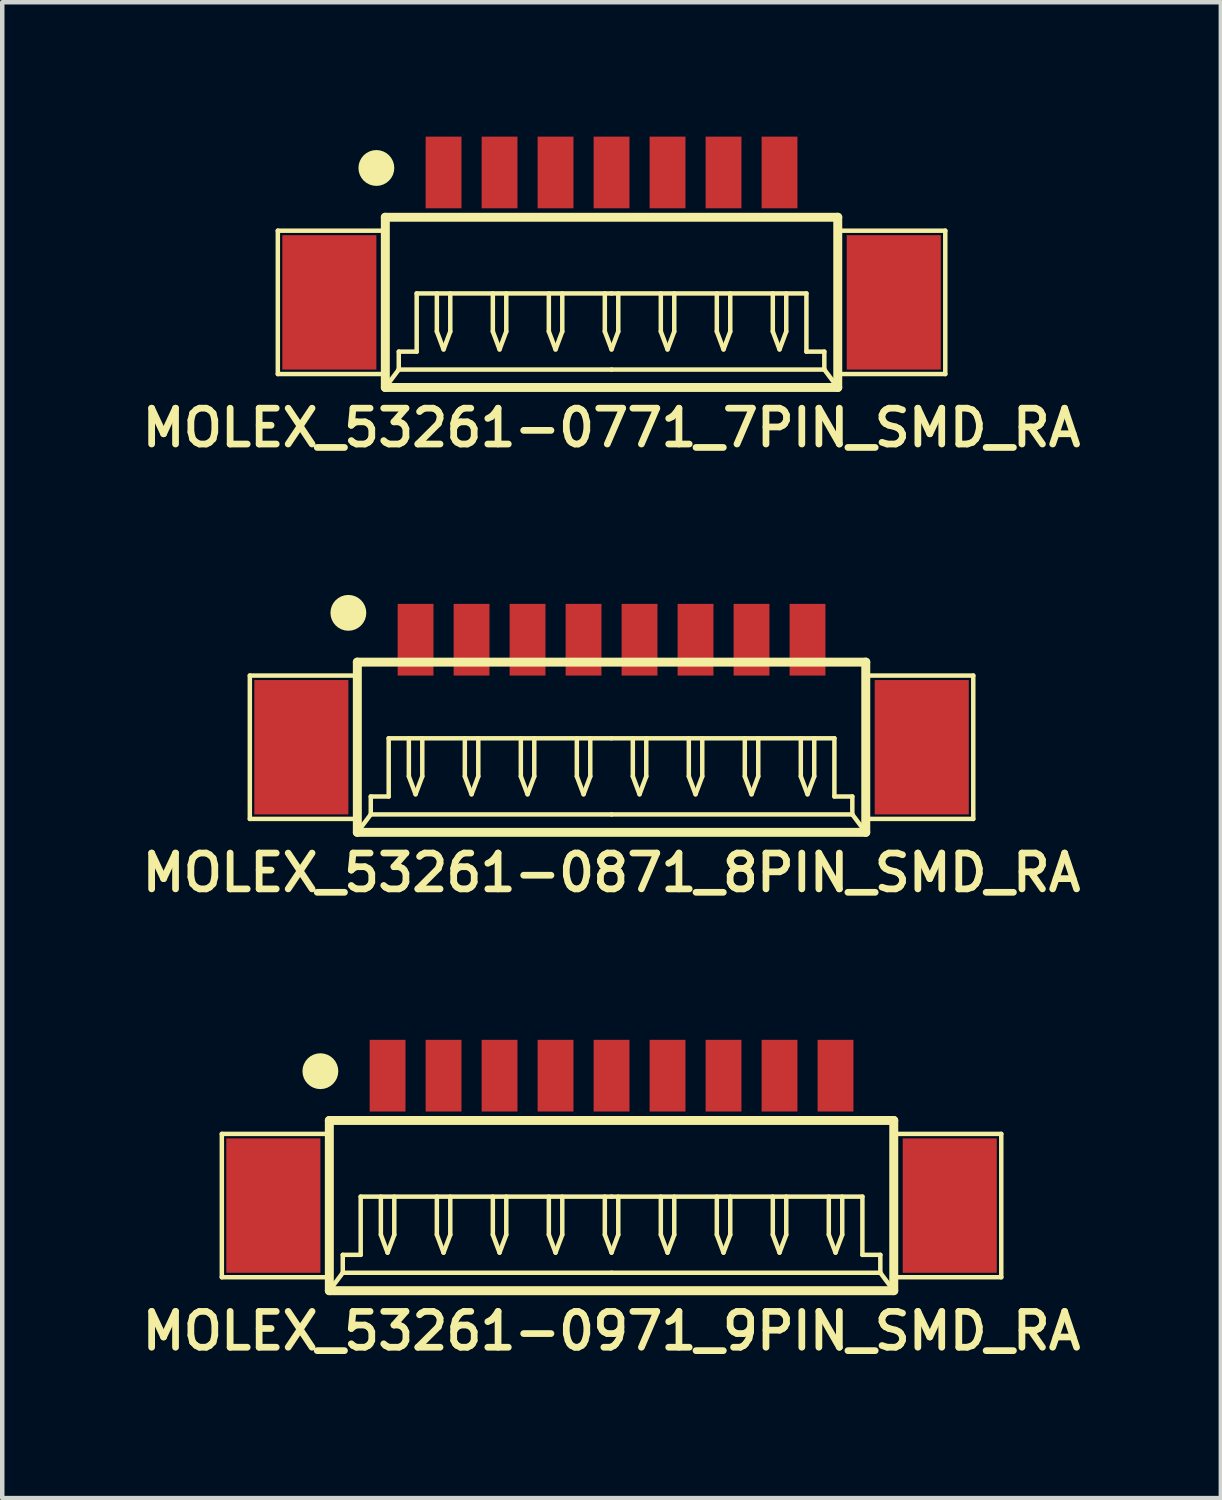
<source format=kicad_pcb>
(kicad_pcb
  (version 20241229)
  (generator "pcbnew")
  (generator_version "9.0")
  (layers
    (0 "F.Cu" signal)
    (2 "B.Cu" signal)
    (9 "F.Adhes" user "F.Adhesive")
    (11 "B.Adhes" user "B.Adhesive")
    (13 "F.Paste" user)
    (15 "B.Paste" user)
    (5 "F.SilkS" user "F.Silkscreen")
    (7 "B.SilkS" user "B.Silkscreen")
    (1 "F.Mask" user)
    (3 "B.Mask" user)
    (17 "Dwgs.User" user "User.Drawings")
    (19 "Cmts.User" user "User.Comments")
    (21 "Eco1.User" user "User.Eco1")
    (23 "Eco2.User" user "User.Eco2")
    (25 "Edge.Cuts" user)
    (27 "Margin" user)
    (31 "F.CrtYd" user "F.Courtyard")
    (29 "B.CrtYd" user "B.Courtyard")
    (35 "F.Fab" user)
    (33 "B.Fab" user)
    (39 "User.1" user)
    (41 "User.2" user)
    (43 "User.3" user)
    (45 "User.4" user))
  (footprint "MOLEX_53261-0871_8PIN_SMD_RA"
    (layer "F.Cu")
    (at 10.602 13.631)
    (property "Reference" "MOLEX_53261-0871_8PIN_SMD_RA" (at 0 2.8 0) (layer "F.SilkS") (effects (font (size 0.8 0.8) (thickness 0.15))))
    (attr through_hole)
    (fp_line (start -8.075 -1.6) (end -5.675 -1.6) (stroke (width 0.1) (type solid)) (layer "F.SilkS"))
    (fp_line (start -8.075 1.6) (end -8.075 -1.6) (stroke (width 0.1) (type solid)) (layer "F.SilkS"))
    (fp_line (start -5.675 -1.9) (end -5.675 1.9) (stroke (width 0.2) (type solid)) (layer "F.SilkS"))
    (fp_line (start -5.675 -1.9) (end 5.675 -1.9) (stroke (width 0.2) (type solid)) (layer "F.SilkS"))
    (fp_line (start -5.675 1.6) (end -8.075 1.6) (stroke (width 0.1) (type solid)) (layer "F.SilkS"))
    (fp_line (start -5.675 1.9) (end 5.675 1.9) (stroke (width 0.2) (type solid)) (layer "F.SilkS"))
    (fp_line (start -5.375 1.1) (end -5.375 1.5) (stroke (width 0.1) (type solid)) (layer "F.SilkS"))
    (fp_line (start -5.375 1.5) (end -5.675 1.9) (stroke (width 0.1) (type solid)) (layer "F.SilkS"))
    (fp_line (start -5.375 1.5) (end 0 1.5) (stroke (width 0.1) (type solid)) (layer "F.SilkS"))
    (fp_line (start -4.975 -0.2) (end -4.975 1.1) (stroke (width 0.1) (type solid)) (layer "F.SilkS"))
    (fp_line (start -4.975 1.1) (end -5.375 1.1) (stroke (width 0.1) (type solid)) (layer "F.SilkS"))
    (fp_line (start -4.525 -0.2) (end -4.525 0.65) (stroke (width 0.1) (type solid)) (layer "F.SilkS"))
    (fp_line (start -4.525 0.65) (end -4.375 1.05) (stroke (width 0.1) (type solid)) (layer "F.SilkS"))
    (fp_line (start -4.375 1.05) (end -4.225 0.65) (stroke (width 0.1) (type solid)) (layer "F.SilkS"))
    (fp_line (start -4.225 0.65) (end -4.225 -0.2) (stroke (width 0.1) (type solid)) (layer "F.SilkS"))
    (fp_line (start -3.275 -0.2) (end -3.275 0.65) (stroke (width 0.1) (type solid)) (layer "F.SilkS"))
    (fp_line (start -3.275 0.65) (end -3.125 1.05) (stroke (width 0.1) (type solid)) (layer "F.SilkS"))
    (fp_line (start -3.125 1.05) (end -2.975 0.65) (stroke (width 0.1) (type solid)) (layer "F.SilkS"))
    (fp_line (start -2.975 0.65) (end -2.975 -0.2) (stroke (width 0.1) (type solid)) (layer "F.SilkS"))
    (fp_line (start -2.025 -0.2) (end -2.025 0.65) (stroke (width 0.1) (type solid)) (layer "F.SilkS"))
    (fp_line (start -2.025 0.65) (end -1.875 1.05) (stroke (width 0.1) (type solid)) (layer "F.SilkS"))
    (fp_line (start -1.875 1.05) (end -1.725 0.65) (stroke (width 0.1) (type solid)) (layer "F.SilkS"))
    (fp_line (start -1.725 0.65) (end -1.725 -0.2) (stroke (width 0.1) (type solid)) (layer "F.SilkS"))
    (fp_line (start -0.775 -0.2) (end -0.775 0.65) (stroke (width 0.1) (type solid)) (layer "F.SilkS"))
    (fp_line (start -0.775 0.65) (end -0.625 1.05) (stroke (width 0.1) (type solid)) (layer "F.SilkS"))
    (fp_line (start -0.625 1.05) (end -0.475 0.65) (stroke (width 0.1) (type solid)) (layer "F.SilkS"))
    (fp_line (start -0.475 0.65) (end -0.475 -0.2) (stroke (width 0.1) (type solid)) (layer "F.SilkS"))
    (fp_line (start 0 -0.2) (end -4.975 -0.2) (stroke (width 0.1) (type solid)) (layer "F.SilkS"))
    (fp_line (start 0 -0.2) (end 4.975 -0.2) (stroke (width 0.1) (type solid)) (layer "F.SilkS"))
    (fp_line (start 0.475 -0.2) (end 0.475 0.65) (stroke (width 0.1) (type solid)) (layer "F.SilkS"))
    (fp_line (start 0.475 0.65) (end 0.625 1.05) (stroke (width 0.1) (type solid)) (layer "F.SilkS"))
    (fp_line (start 0.625 1.05) (end 0.775 0.65) (stroke (width 0.1) (type solid)) (layer "F.SilkS"))
    (fp_line (start 0.775 0.65) (end 0.775 -0.2) (stroke (width 0.1) (type solid)) (layer "F.SilkS"))
    (fp_line (start 1.725 -0.2) (end 1.725 0.65) (stroke (width 0.1) (type solid)) (layer "F.SilkS"))
    (fp_line (start 1.725 0.65) (end 1.875 1.05) (stroke (width 0.1) (type solid)) (layer "F.SilkS"))
    (fp_line (start 1.875 1.05) (end 2.025 0.65) (stroke (width 0.1) (type solid)) (layer "F.SilkS"))
    (fp_line (start 2.025 0.65) (end 2.025 -0.2) (stroke (width 0.1) (type solid)) (layer "F.SilkS"))
    (fp_line (start 2.975 -0.2) (end 2.975 0.65) (stroke (width 0.1) (type solid)) (layer "F.SilkS"))
    (fp_line (start 2.975 0.65) (end 3.125 1.05) (stroke (width 0.1) (type solid)) (layer "F.SilkS"))
    (fp_line (start 3.125 1.05) (end 3.275 0.65) (stroke (width 0.1) (type solid)) (layer "F.SilkS"))
    (fp_line (start 3.275 0.65) (end 3.275 -0.2) (stroke (width 0.1) (type solid)) (layer "F.SilkS"))
    (fp_line (start 4.225 -0.2) (end 4.225 0.65) (stroke (width 0.1) (type solid)) (layer "F.SilkS"))
    (fp_line (start 4.225 0.65) (end 4.375 1.05) (stroke (width 0.1) (type solid)) (layer "F.SilkS"))
    (fp_line (start 4.375 1.05) (end 4.525 0.65) (stroke (width 0.1) (type solid)) (layer "F.SilkS"))
    (fp_line (start 4.525 0.65) (end 4.525 -0.2) (stroke (width 0.1) (type solid)) (layer "F.SilkS"))
    (fp_line (start 4.975 -0.2) (end 4.975 1.1) (stroke (width 0.1) (type solid)) (layer "F.SilkS"))
    (fp_line (start 4.975 1.1) (end 5.375 1.1) (stroke (width 0.1) (type solid)) (layer "F.SilkS"))
    (fp_line (start 5.375 1.1) (end 5.375 1.5) (stroke (width 0.1) (type solid)) (layer "F.SilkS"))
    (fp_line (start 5.375 1.5) (end 0 1.5) (stroke (width 0.1) (type solid)) (layer "F.SilkS"))
    (fp_line (start 5.375 1.5) (end 5.675 1.9) (stroke (width 0.1) (type solid)) (layer "F.SilkS"))
    (fp_line (start 5.675 -1.9) (end 5.675 1.9) (stroke (width 0.2) (type solid)) (layer "F.SilkS"))
    (fp_line (start 5.675 1.6) (end 8.075 1.6) (stroke (width 0.1) (type solid)) (layer "F.SilkS"))
    (fp_line (start 8.075 -1.6) (end 5.675 -1.6) (stroke (width 0.1) (type solid)) (layer "F.SilkS"))
    (fp_line (start 8.075 1.6) (end 8.075 -1.6) (stroke (width 0.1) (type solid)) (layer "F.SilkS"))
    (fp_circle (center -5.875 -3) (end -5.875 -2.8) (stroke (width 0.4) (type solid)) (fill no) (layer "F.SilkS"))
    (pad "" smd rect (at -6.925 0) (size 2.1 3) (layers "F.Cu" "F.Mask"))
    (pad "" smd rect (at 6.925 0) (size 2.1 3) (layers "F.Cu" "F.Mask"))
    (pad "1" smd rect (at -4.375 -2.4) (size 0.8 1.6) (layers "F.Cu" "F.Mask"))
    (pad "2" smd rect (at -3.125 -2.4) (size 0.8 1.6) (layers "F.Cu" "F.Mask"))
    (pad "3" smd rect (at -1.875 -2.4) (size 0.8 1.6) (layers "F.Cu" "F.Mask"))
    (pad "4" smd rect (at -0.625 -2.4) (size 0.8 1.6) (layers "F.Cu" "F.Mask"))
    (pad "5" smd rect (at 0.625 -2.4) (size 0.8 1.6) (layers "F.Cu" "F.Mask"))
    (pad "6" smd rect (at 1.875 -2.4) (size 0.8 1.6) (layers "F.Cu" "F.Mask"))
    (pad "7" smd rect (at 3.125 -2.4) (size 0.8 1.6) (layers "F.Cu" "F.Mask"))
    (pad "8" smd rect (at 4.375 -2.4) (size 0.8 1.6) (layers "F.Cu" "F.Mask")))
  (footprint "MOLEX_53261-0971_9PIN_SMD_RA"
    (layer "F.Cu")
    (at 10.602 23.863)
    (property "Reference" "MOLEX_53261-0971_9PIN_SMD_RA" (at 0 2.8 0) (layer "F.SilkS") (effects (font (size 0.8 0.8) (thickness 0.15))))
    (attr through_hole)
    (fp_line (start -8.7 -1.6) (end -6.3 -1.6) (stroke (width 0.1) (type solid)) (layer "F.SilkS"))
    (fp_line (start -8.7 1.6) (end -8.7 -1.6) (stroke (width 0.1) (type solid)) (layer "F.SilkS"))
    (fp_line (start -6.3 -1.9) (end -6.3 1.9) (stroke (width 0.2) (type solid)) (layer "F.SilkS"))
    (fp_line (start -6.3 -1.9) (end 6.3 -1.9) (stroke (width 0.2) (type solid)) (layer "F.SilkS"))
    (fp_line (start -6.3 1.6) (end -8.7 1.6) (stroke (width 0.1) (type solid)) (layer "F.SilkS"))
    (fp_line (start -6.3 1.9) (end 6.3 1.9) (stroke (width 0.2) (type solid)) (layer "F.SilkS"))
    (fp_line (start -6 1.1) (end -6 1.5) (stroke (width 0.1) (type solid)) (layer "F.SilkS"))
    (fp_line (start -6 1.5) (end -6.3 1.9) (stroke (width 0.1) (type solid)) (layer "F.SilkS"))
    (fp_line (start -6 1.5) (end 0 1.5) (stroke (width 0.1) (type solid)) (layer "F.SilkS"))
    (fp_line (start -5.6 -0.2) (end -5.6 1.1) (stroke (width 0.1) (type solid)) (layer "F.SilkS"))
    (fp_line (start -5.6 1.1) (end -6 1.1) (stroke (width 0.1) (type solid)) (layer "F.SilkS"))
    (fp_line (start -5.15 -0.2) (end -5.15 0.65) (stroke (width 0.1) (type solid)) (layer "F.SilkS"))
    (fp_line (start -5.15 0.65) (end -5 1.05) (stroke (width 0.1) (type solid)) (layer "F.SilkS"))
    (fp_line (start -5 1.05) (end -4.85 0.65) (stroke (width 0.1) (type solid)) (layer "F.SilkS"))
    (fp_line (start -4.85 0.65) (end -4.85 -0.2) (stroke (width 0.1) (type solid)) (layer "F.SilkS"))
    (fp_line (start -3.9 -0.2) (end -3.9 0.65) (stroke (width 0.1) (type solid)) (layer "F.SilkS"))
    (fp_line (start -3.9 0.65) (end -3.75 1.05) (stroke (width 0.1) (type solid)) (layer "F.SilkS"))
    (fp_line (start -3.75 1.05) (end -3.6 0.65) (stroke (width 0.1) (type solid)) (layer "F.SilkS"))
    (fp_line (start -3.6 0.65) (end -3.6 -0.2) (stroke (width 0.1) (type solid)) (layer "F.SilkS"))
    (fp_line (start -2.65 -0.2) (end -2.65 0.65) (stroke (width 0.1) (type solid)) (layer "F.SilkS"))
    (fp_line (start -2.65 0.65) (end -2.5 1.05) (stroke (width 0.1) (type solid)) (layer "F.SilkS"))
    (fp_line (start -2.5 1.05) (end -2.35 0.65) (stroke (width 0.1) (type solid)) (layer "F.SilkS"))
    (fp_line (start -2.35 0.65) (end -2.35 -0.2) (stroke (width 0.1) (type solid)) (layer "F.SilkS"))
    (fp_line (start -1.4 -0.2) (end -1.4 0.65) (stroke (width 0.1) (type solid)) (layer "F.SilkS"))
    (fp_line (start -1.4 0.65) (end -1.25 1.05) (stroke (width 0.1) (type solid)) (layer "F.SilkS"))
    (fp_line (start -1.25 1.05) (end -1.1 0.65) (stroke (width 0.1) (type solid)) (layer "F.SilkS"))
    (fp_line (start -1.1 0.65) (end -1.1 -0.2) (stroke (width 0.1) (type solid)) (layer "F.SilkS"))
    (fp_line (start -0.15 -0.2) (end -0.15 0.65) (stroke (width 0.1) (type solid)) (layer "F.SilkS"))
    (fp_line (start -0.15 0.65) (end 0 1.05) (stroke (width 0.1) (type solid)) (layer "F.SilkS"))
    (fp_line (start 0 -0.2) (end -5.6 -0.2) (stroke (width 0.1) (type solid)) (layer "F.SilkS"))
    (fp_line (start 0 -0.2) (end 5.6 -0.2) (stroke (width 0.1) (type solid)) (layer "F.SilkS"))
    (fp_line (start 0 1.05) (end 0.15 0.65) (stroke (width 0.1) (type solid)) (layer "F.SilkS"))
    (fp_line (start 0.15 0.65) (end 0.15 -0.2) (stroke (width 0.1) (type solid)) (layer "F.SilkS"))
    (fp_line (start 1.1 -0.2) (end 1.1 0.65) (stroke (width 0.1) (type solid)) (layer "F.SilkS"))
    (fp_line (start 1.1 0.65) (end 1.25 1.05) (stroke (width 0.1) (type solid)) (layer "F.SilkS"))
    (fp_line (start 1.25 1.05) (end 1.4 0.65) (stroke (width 0.1) (type solid)) (layer "F.SilkS"))
    (fp_line (start 1.4 0.65) (end 1.4 -0.2) (stroke (width 0.1) (type solid)) (layer "F.SilkS"))
    (fp_line (start 2.35 -0.2) (end 2.35 0.65) (stroke (width 0.1) (type solid)) (layer "F.SilkS"))
    (fp_line (start 2.35 0.65) (end 2.5 1.05) (stroke (width 0.1) (type solid)) (layer "F.SilkS"))
    (fp_line (start 2.5 1.05) (end 2.65 0.65) (stroke (width 0.1) (type solid)) (layer "F.SilkS"))
    (fp_line (start 2.65 0.65) (end 2.65 -0.2) (stroke (width 0.1) (type solid)) (layer "F.SilkS"))
    (fp_line (start 3.6 -0.2) (end 3.6 0.65) (stroke (width 0.1) (type solid)) (layer "F.SilkS"))
    (fp_line (start 3.6 0.65) (end 3.75 1.05) (stroke (width 0.1) (type solid)) (layer "F.SilkS"))
    (fp_line (start 3.75 1.05) (end 3.9 0.65) (stroke (width 0.1) (type solid)) (layer "F.SilkS"))
    (fp_line (start 3.9 0.65) (end 3.9 -0.2) (stroke (width 0.1) (type solid)) (layer "F.SilkS"))
    (fp_line (start 4.85 -0.2) (end 4.85 0.65) (stroke (width 0.1) (type solid)) (layer "F.SilkS"))
    (fp_line (start 4.85 0.65) (end 5 1.05) (stroke (width 0.1) (type solid)) (layer "F.SilkS"))
    (fp_line (start 5 1.05) (end 5.15 0.65) (stroke (width 0.1) (type solid)) (layer "F.SilkS"))
    (fp_line (start 5.15 0.65) (end 5.15 -0.2) (stroke (width 0.1) (type solid)) (layer "F.SilkS"))
    (fp_line (start 5.6 -0.2) (end 5.6 1.1) (stroke (width 0.1) (type solid)) (layer "F.SilkS"))
    (fp_line (start 5.6 1.1) (end 6 1.1) (stroke (width 0.1) (type solid)) (layer "F.SilkS"))
    (fp_line (start 6 1.1) (end 6 1.5) (stroke (width 0.1) (type solid)) (layer "F.SilkS"))
    (fp_line (start 6 1.5) (end 0 1.5) (stroke (width 0.1) (type solid)) (layer "F.SilkS"))
    (fp_line (start 6 1.5) (end 6.3 1.9) (stroke (width 0.1) (type solid)) (layer "F.SilkS"))
    (fp_line (start 6.3 -1.9) (end 6.3 1.9) (stroke (width 0.2) (type solid)) (layer "F.SilkS"))
    (fp_line (start 6.3 1.6) (end 8.7 1.6) (stroke (width 0.1) (type solid)) (layer "F.SilkS"))
    (fp_line (start 8.7 -1.6) (end 6.3 -1.6) (stroke (width 0.1) (type solid)) (layer "F.SilkS"))
    (fp_line (start 8.7 1.6) (end 8.7 -1.6) (stroke (width 0.1) (type solid)) (layer "F.SilkS"))
    (fp_circle (center -6.5 -3) (end -6.5 -2.8) (stroke (width 0.4) (type solid)) (fill no) (layer "F.SilkS"))
    (pad "" smd rect (at -7.55 0) (size 2.1 3) (layers "F.Cu" "F.Mask"))
    (pad "" smd rect (at 7.55 0) (size 2.1 3) (layers "F.Cu" "F.Mask"))
    (pad "1" smd rect (at -5 -2.9) (size 0.8 1.6) (layers "F.Cu" "F.Mask"))
    (pad "2" smd rect (at -3.75 -2.9) (size 0.8 1.6) (layers "F.Cu" "F.Mask"))
    (pad "3" smd rect (at -2.5 -2.9) (size 0.8 1.6) (layers "F.Cu" "F.Mask"))
    (pad "4" smd rect (at -1.25 -2.9) (size 0.8 1.6) (layers "F.Cu" "F.Mask"))
    (pad "5" smd rect (at 0 -2.9) (size 0.8 1.6) (layers "F.Cu" "F.Mask"))
    (pad "6" smd rect (at 1.25 -2.9) (size 0.8 1.6) (layers "F.Cu" "F.Mask"))
    (pad "7" smd rect (at 2.5 -2.9) (size 0.8 1.6) (layers "F.Cu" "F.Mask"))
    (pad "8" smd rect (at 3.75 -2.9) (size 0.8 1.6) (layers "F.Cu" "F.Mask"))
    (pad "9" smd rect (at 5 -2.9) (size 0.8 1.6) (layers "F.Cu" "F.Mask")))
  (footprint "MOLEX_53261-0771_7PIN_SMD_RA"
    (layer "F.Cu")
    (at 10.602 3.7)
    (property "Reference" "MOLEX_53261-0771_7PIN_SMD_RA" (at 0 2.8 0) (layer "F.SilkS") (effects (font (size 0.8 0.8) (thickness 0.15))))
    (attr through_hole)
    (fp_line (start -7.45 -1.6) (end -5.05 -1.6) (stroke (width 0.1) (type solid)) (layer "F.SilkS"))
    (fp_line (start -7.45 1.6) (end -7.45 -1.6) (stroke (width 0.1) (type solid)) (layer "F.SilkS"))
    (fp_line (start -5.05 -1.9) (end -5.05 1.9) (stroke (width 0.2) (type solid)) (layer "F.SilkS"))
    (fp_line (start -5.05 -1.9) (end 5.05 -1.9) (stroke (width 0.2) (type solid)) (layer "F.SilkS"))
    (fp_line (start -5.05 1.6) (end -7.45 1.6) (stroke (width 0.1) (type solid)) (layer "F.SilkS"))
    (fp_line (start -5.05 1.9) (end 5.05 1.9) (stroke (width 0.2) (type solid)) (layer "F.SilkS"))
    (fp_line (start -4.75 1.1) (end -4.75 1.5) (stroke (width 0.1) (type solid)) (layer "F.SilkS"))
    (fp_line (start -4.75 1.5) (end -5.05 1.9) (stroke (width 0.1) (type solid)) (layer "F.SilkS"))
    (fp_line (start -4.75 1.5) (end 0 1.5) (stroke (width 0.1) (type solid)) (layer "F.SilkS"))
    (fp_line (start -4.35 -0.2) (end -4.35 1.1) (stroke (width 0.1) (type solid)) (layer "F.SilkS"))
    (fp_line (start -4.35 1.1) (end -4.75 1.1) (stroke (width 0.1) (type solid)) (layer "F.SilkS"))
    (fp_line (start -3.9 -0.2) (end -3.9 0.65) (stroke (width 0.1) (type solid)) (layer "F.SilkS"))
    (fp_line (start -3.9 0.65) (end -3.75 1.05) (stroke (width 0.1) (type solid)) (layer "F.SilkS"))
    (fp_line (start -3.75 1.05) (end -3.6 0.65) (stroke (width 0.1) (type solid)) (layer "F.SilkS"))
    (fp_line (start -3.6 0.65) (end -3.6 -0.2) (stroke (width 0.1) (type solid)) (layer "F.SilkS"))
    (fp_line (start -2.65 -0.2) (end -2.65 0.65) (stroke (width 0.1) (type solid)) (layer "F.SilkS"))
    (fp_line (start -2.65 0.65) (end -2.5 1.05) (stroke (width 0.1) (type solid)) (layer "F.SilkS"))
    (fp_line (start -2.5 1.05) (end -2.35 0.65) (stroke (width 0.1) (type solid)) (layer "F.SilkS"))
    (fp_line (start -2.35 0.65) (end -2.35 -0.2) (stroke (width 0.1) (type solid)) (layer "F.SilkS"))
    (fp_line (start -1.4 -0.2) (end -1.4 0.65) (stroke (width 0.1) (type solid)) (layer "F.SilkS"))
    (fp_line (start -1.4 0.65) (end -1.25 1.05) (stroke (width 0.1) (type solid)) (layer "F.SilkS"))
    (fp_line (start -1.25 1.05) (end -1.1 0.65) (stroke (width 0.1) (type solid)) (layer "F.SilkS"))
    (fp_line (start -1.1 0.65) (end -1.1 -0.2) (stroke (width 0.1) (type solid)) (layer "F.SilkS"))
    (fp_line (start -0.15 -0.2) (end -0.15 0.65) (stroke (width 0.1) (type solid)) (layer "F.SilkS"))
    (fp_line (start -0.15 0.65) (end 0 1.05) (stroke (width 0.1) (type solid)) (layer "F.SilkS"))
    (fp_line (start 0 -0.2) (end -4.35 -0.2) (stroke (width 0.1) (type solid)) (layer "F.SilkS"))
    (fp_line (start 0 -0.2) (end 4.35 -0.2) (stroke (width 0.1) (type solid)) (layer "F.SilkS"))
    (fp_line (start 0 1.05) (end 0.15 0.65) (stroke (width 0.1) (type solid)) (layer "F.SilkS"))
    (fp_line (start 0.15 0.65) (end 0.15 -0.2) (stroke (width 0.1) (type solid)) (layer "F.SilkS"))
    (fp_line (start 1.1 -0.2) (end 1.1 0.65) (stroke (width 0.1) (type solid)) (layer "F.SilkS"))
    (fp_line (start 1.1 0.65) (end 1.25 1.05) (stroke (width 0.1) (type solid)) (layer "F.SilkS"))
    (fp_line (start 1.25 1.05) (end 1.4 0.65) (stroke (width 0.1) (type solid)) (layer "F.SilkS"))
    (fp_line (start 1.4 0.65) (end 1.4 -0.2) (stroke (width 0.1) (type solid)) (layer "F.SilkS"))
    (fp_line (start 2.35 -0.2) (end 2.35 0.65) (stroke (width 0.1) (type solid)) (layer "F.SilkS"))
    (fp_line (start 2.35 0.65) (end 2.5 1.05) (stroke (width 0.1) (type solid)) (layer "F.SilkS"))
    (fp_line (start 2.5 1.05) (end 2.65 0.65) (stroke (width 0.1) (type solid)) (layer "F.SilkS"))
    (fp_line (start 2.65 0.65) (end 2.65 -0.2) (stroke (width 0.1) (type solid)) (layer "F.SilkS"))
    (fp_line (start 3.6 -0.2) (end 3.6 0.65) (stroke (width 0.1) (type solid)) (layer "F.SilkS"))
    (fp_line (start 3.6 0.65) (end 3.75 1.05) (stroke (width 0.1) (type solid)) (layer "F.SilkS"))
    (fp_line (start 3.75 1.05) (end 3.9 0.65) (stroke (width 0.1) (type solid)) (layer "F.SilkS"))
    (fp_line (start 3.9 0.65) (end 3.9 -0.2) (stroke (width 0.1) (type solid)) (layer "F.SilkS"))
    (fp_line (start 4.35 -0.2) (end 4.35 1.1) (stroke (width 0.1) (type solid)) (layer "F.SilkS"))
    (fp_line (start 4.35 1.1) (end 4.75 1.1) (stroke (width 0.1) (type solid)) (layer "F.SilkS"))
    (fp_line (start 4.75 1.1) (end 4.75 1.5) (stroke (width 0.1) (type solid)) (layer "F.SilkS"))
    (fp_line (start 4.75 1.5) (end 0 1.5) (stroke (width 0.1) (type solid)) (layer "F.SilkS"))
    (fp_line (start 4.75 1.5) (end 5.05 1.9) (stroke (width 0.1) (type solid)) (layer "F.SilkS"))
    (fp_line (start 5.05 -1.9) (end 5.05 1.9) (stroke (width 0.2) (type solid)) (layer "F.SilkS"))
    (fp_line (start 5.05 1.6) (end 7.45 1.6) (stroke (width 0.1) (type solid)) (layer "F.SilkS"))
    (fp_line (start 7.45 -1.6) (end 5.05 -1.6) (stroke (width 0.1) (type solid)) (layer "F.SilkS"))
    (fp_line (start 7.45 1.6) (end 7.45 -1.6) (stroke (width 0.1) (type solid)) (layer "F.SilkS"))
    (fp_circle (center -5.25 -3) (end -5.25 -2.8) (stroke (width 0.4) (type solid)) (fill no) (layer "F.SilkS"))
    (pad "" smd rect (at -6.3 0) (size 2.1 3) (layers "F.Cu" "F.Mask"))
    (pad "" smd rect (at 6.3 0) (size 2.1 3) (layers "F.Cu" "F.Mask"))
    (pad "1" smd rect (at -3.75 -2.9) (size 0.8 1.6) (layers "F.Cu" "F.Mask"))
    (pad "2" smd rect (at -2.5 -2.9) (size 0.8 1.6) (layers "F.Cu" "F.Mask"))
    (pad "3" smd rect (at -1.25 -2.9) (size 0.8 1.6) (layers "F.Cu" "F.Mask"))
    (pad "4" smd rect (at 0 -2.9) (size 0.8 1.6) (layers "F.Cu" "F.Mask"))
    (pad "5" smd rect (at 1.25 -2.9) (size 0.8 1.6) (layers "F.Cu" "F.Mask"))
    (pad "6" smd rect (at 2.5 -2.9) (size 0.8 1.6) (layers "F.Cu" "F.Mask"))
    (pad "7" smd rect (at 3.75 -2.9) (size 0.8 1.6) (layers "F.Cu" "F.Mask")))
  (gr_rect
    (start -3 -3)
    (end 24.204 30.394)
    (stroke (width 0.1) (type default))
    (fill no)
    (layer "Edge.Cuts")))
</source>
